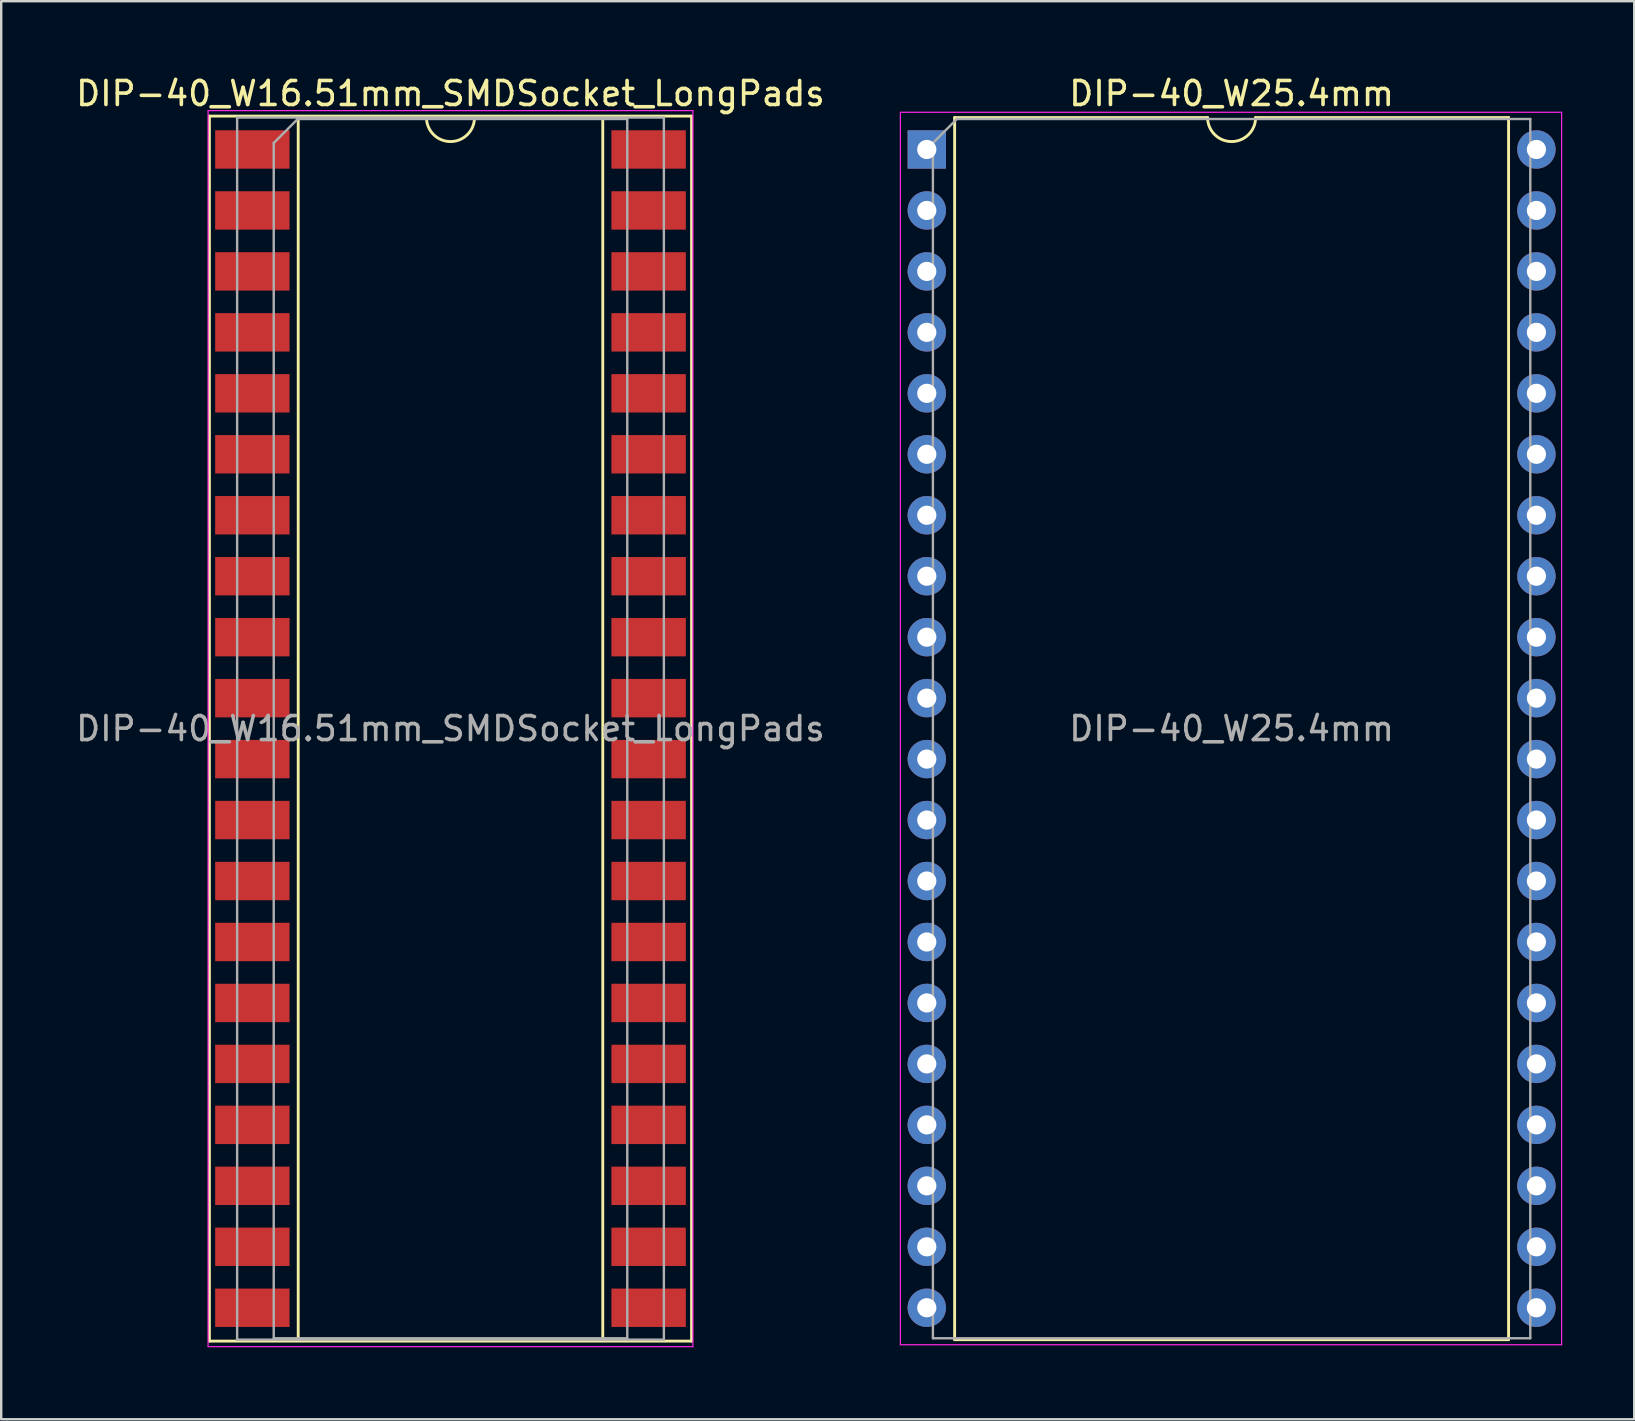
<source format=kicad_pcb>
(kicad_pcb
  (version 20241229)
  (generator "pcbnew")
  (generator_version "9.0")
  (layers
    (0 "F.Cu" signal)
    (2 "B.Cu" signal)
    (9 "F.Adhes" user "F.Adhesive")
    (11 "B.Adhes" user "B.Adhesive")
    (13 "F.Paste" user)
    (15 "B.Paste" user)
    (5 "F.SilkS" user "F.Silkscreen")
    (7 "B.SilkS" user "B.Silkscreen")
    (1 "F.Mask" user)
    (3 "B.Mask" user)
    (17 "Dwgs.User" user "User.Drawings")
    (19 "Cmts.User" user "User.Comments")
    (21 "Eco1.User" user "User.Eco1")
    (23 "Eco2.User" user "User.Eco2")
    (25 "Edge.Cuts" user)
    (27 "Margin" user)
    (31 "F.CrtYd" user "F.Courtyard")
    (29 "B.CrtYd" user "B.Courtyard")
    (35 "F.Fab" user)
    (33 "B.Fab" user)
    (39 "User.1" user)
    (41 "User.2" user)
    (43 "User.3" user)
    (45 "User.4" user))
  (footprint "DIP-40_W25.4mm"
    (layer "F.Cu")
    (at 35.565 3.178)
    (property "Reference" "DIP-40_W25.4mm" (at 12.7 -2.33 0) (layer "F.SilkS") (effects (font (size 1 1) (thickness 0.15))))
    (attr through_hole)
    (fp_line (start 1.16 -1.33) (end 1.16 49.59) (stroke (width 0.12) (type solid)) (layer "F.SilkS"))
    (fp_line (start 1.16 49.59) (end 24.24 49.59) (stroke (width 0.12) (type solid)) (layer "F.SilkS"))
    (fp_line (start 11.7 -1.33) (end 1.16 -1.33) (stroke (width 0.12) (type solid)) (layer "F.SilkS"))
    (fp_line (start 24.24 -1.33) (end 13.7 -1.33) (stroke (width 0.12) (type solid)) (layer "F.SilkS"))
    (fp_line (start 24.24 49.59) (end 24.24 -1.33) (stroke (width 0.12) (type solid)) (layer "F.SilkS"))
    (fp_arc (start 13.7 -1.33) (mid 12.7 -0.33) (end 11.7 -1.33) (stroke (width 0.12) (type solid)) (layer "F.SilkS"))
    (fp_line (start -1.1 -1.55) (end -1.1 49.8) (stroke (width 0.05) (type solid)) (layer "F.CrtYd"))
    (fp_line (start -1.1 49.8) (end 26.45 49.8) (stroke (width 0.05) (type solid)) (layer "F.CrtYd"))
    (fp_line (start 26.45 -1.55) (end -1.1 -1.55) (stroke (width 0.05) (type solid)) (layer "F.CrtYd"))
    (fp_line (start 26.45 49.8) (end 26.45 -1.55) (stroke (width 0.05) (type solid)) (layer "F.CrtYd"))
    (fp_line (start 0.255 -0.27) (end 1.255 -1.27) (stroke (width 0.1) (type solid)) (layer "F.Fab"))
    (fp_line (start 0.255 49.53) (end 0.255 -0.27) (stroke (width 0.1) (type solid)) (layer "F.Fab"))
    (fp_line (start 1.255 -1.27) (end 25.145 -1.27) (stroke (width 0.1) (type solid)) (layer "F.Fab"))
    (fp_line (start 25.145 -1.27) (end 25.145 49.53) (stroke (width 0.1) (type solid)) (layer "F.Fab"))
    (fp_line (start 25.145 49.53) (end 0.255 49.53) (stroke (width 0.1) (type solid)) (layer "F.Fab"))
    (fp_text user "${REFERENCE}" (at 12.7 24.13 0) (layer "F.Fab") (effects (font (size 1 1) (thickness 0.15))))
    (pad "1" thru_hole rect (at 0 0) (size 1.6 1.6) (drill 0.8) (layers "*.Cu" "*.Mask"))
    (pad "2" thru_hole oval (at 0 2.54) (size 1.6 1.6) (drill 0.8) (layers "*.Cu" "*.Mask"))
    (pad "3" thru_hole oval (at 0 5.08) (size 1.6 1.6) (drill 0.8) (layers "*.Cu" "*.Mask"))
    (pad "4" thru_hole oval (at 0 7.62) (size 1.6 1.6) (drill 0.8) (layers "*.Cu" "*.Mask"))
    (pad "5" thru_hole oval (at 0 10.16) (size 1.6 1.6) (drill 0.8) (layers "*.Cu" "*.Mask"))
    (pad "6" thru_hole oval (at 0 12.7) (size 1.6 1.6) (drill 0.8) (layers "*.Cu" "*.Mask"))
    (pad "7" thru_hole oval (at 0 15.24) (size 1.6 1.6) (drill 0.8) (layers "*.Cu" "*.Mask"))
    (pad "8" thru_hole oval (at 0 17.78) (size 1.6 1.6) (drill 0.8) (layers "*.Cu" "*.Mask"))
    (pad "9" thru_hole oval (at 0 20.32) (size 1.6 1.6) (drill 0.8) (layers "*.Cu" "*.Mask"))
    (pad "10" thru_hole oval (at 0 22.86) (size 1.6 1.6) (drill 0.8) (layers "*.Cu" "*.Mask"))
    (pad "11" thru_hole oval (at 0 25.4) (size 1.6 1.6) (drill 0.8) (layers "*.Cu" "*.Mask"))
    (pad "12" thru_hole oval (at 0 27.94) (size 1.6 1.6) (drill 0.8) (layers "*.Cu" "*.Mask"))
    (pad "13" thru_hole oval (at 0 30.48) (size 1.6 1.6) (drill 0.8) (layers "*.Cu" "*.Mask"))
    (pad "14" thru_hole oval (at 0 33.02) (size 1.6 1.6) (drill 0.8) (layers "*.Cu" "*.Mask"))
    (pad "15" thru_hole oval (at 0 35.56) (size 1.6 1.6) (drill 0.8) (layers "*.Cu" "*.Mask"))
    (pad "16" thru_hole oval (at 0 38.1) (size 1.6 1.6) (drill 0.8) (layers "*.Cu" "*.Mask"))
    (pad "17" thru_hole oval (at 0 40.64) (size 1.6 1.6) (drill 0.8) (layers "*.Cu" "*.Mask"))
    (pad "18" thru_hole oval (at 0 43.18) (size 1.6 1.6) (drill 0.8) (layers "*.Cu" "*.Mask"))
    (pad "19" thru_hole oval (at 0 45.72) (size 1.6 1.6) (drill 0.8) (layers "*.Cu" "*.Mask"))
    (pad "20" thru_hole oval (at 0 48.26) (size 1.6 1.6) (drill 0.8) (layers "*.Cu" "*.Mask"))
    (pad "21" thru_hole oval (at 25.4 48.26) (size 1.6 1.6) (drill 0.8) (layers "*.Cu" "*.Mask"))
    (pad "22" thru_hole oval (at 25.4 45.72) (size 1.6 1.6) (drill 0.8) (layers "*.Cu" "*.Mask"))
    (pad "23" thru_hole oval (at 25.4 43.18) (size 1.6 1.6) (drill 0.8) (layers "*.Cu" "*.Mask"))
    (pad "24" thru_hole oval (at 25.4 40.64) (size 1.6 1.6) (drill 0.8) (layers "*.Cu" "*.Mask"))
    (pad "25" thru_hole oval (at 25.4 38.1) (size 1.6 1.6) (drill 0.8) (layers "*.Cu" "*.Mask"))
    (pad "26" thru_hole oval (at 25.4 35.56) (size 1.6 1.6) (drill 0.8) (layers "*.Cu" "*.Mask"))
    (pad "27" thru_hole oval (at 25.4 33.02) (size 1.6 1.6) (drill 0.8) (layers "*.Cu" "*.Mask"))
    (pad "28" thru_hole oval (at 25.4 30.48) (size 1.6 1.6) (drill 0.8) (layers "*.Cu" "*.Mask"))
    (pad "29" thru_hole oval (at 25.4 27.94) (size 1.6 1.6) (drill 0.8) (layers "*.Cu" "*.Mask"))
    (pad "30" thru_hole oval (at 25.4 25.4) (size 1.6 1.6) (drill 0.8) (layers "*.Cu" "*.Mask"))
    (pad "31" thru_hole oval (at 25.4 22.86) (size 1.6 1.6) (drill 0.8) (layers "*.Cu" "*.Mask"))
    (pad "32" thru_hole oval (at 25.4 20.32) (size 1.6 1.6) (drill 0.8) (layers "*.Cu" "*.Mask"))
    (pad "33" thru_hole oval (at 25.4 17.78) (size 1.6 1.6) (drill 0.8) (layers "*.Cu" "*.Mask"))
    (pad "34" thru_hole oval (at 25.4 15.24) (size 1.6 1.6) (drill 0.8) (layers "*.Cu" "*.Mask"))
    (pad "35" thru_hole oval (at 25.4 12.7) (size 1.6 1.6) (drill 0.8) (layers "*.Cu" "*.Mask"))
    (pad "36" thru_hole oval (at 25.4 10.16) (size 1.6 1.6) (drill 0.8) (layers "*.Cu" "*.Mask"))
    (pad "37" thru_hole oval (at 25.4 7.62) (size 1.6 1.6) (drill 0.8) (layers "*.Cu" "*.Mask"))
    (pad "38" thru_hole oval (at 25.4 5.08) (size 1.6 1.6) (drill 0.8) (layers "*.Cu" "*.Mask"))
    (pad "39" thru_hole oval (at 25.4 2.54) (size 1.6 1.6) (drill 0.8) (layers "*.Cu" "*.Mask"))
    (pad "40" thru_hole oval (at 25.4 0) (size 1.6 1.6) (drill 0.8) (layers "*.Cu" "*.Mask")))
  (footprint "DIP-40_W16.51mm_SMDSocket_LongPads"
    (layer "F.Cu")
    (at 15.72 27.308)
    (property "Reference" "DIP-40_W16.51mm_SMDSocket_LongPads" (at 0 -26.46 0) (layer "F.SilkS") (effects (font (size 1 1) (thickness 0.15))))
    (attr smd)
    (fp_line (start -10.045 -25.52) (end -10.045 25.52) (stroke (width 0.12) (type solid)) (layer "F.SilkS"))
    (fp_line (start -10.045 25.52) (end 10.045 25.52) (stroke (width 0.12) (type solid)) (layer "F.SilkS"))
    (fp_line (start -6.345 -25.46) (end -6.345 25.46) (stroke (width 0.12) (type solid)) (layer "F.SilkS"))
    (fp_line (start -6.345 25.46) (end 6.345 25.46) (stroke (width 0.12) (type solid)) (layer "F.SilkS"))
    (fp_line (start -1 -25.46) (end -6.345 -25.46) (stroke (width 0.12) (type solid)) (layer "F.SilkS"))
    (fp_line (start 6.345 -25.46) (end 1 -25.46) (stroke (width 0.12) (type solid)) (layer "F.SilkS"))
    (fp_line (start 6.345 25.46) (end 6.345 -25.46) (stroke (width 0.12) (type solid)) (layer "F.SilkS"))
    (fp_line (start 10.045 -25.52) (end -10.045 -25.52) (stroke (width 0.12) (type solid)) (layer "F.SilkS"))
    (fp_line (start 10.045 25.52) (end 10.045 -25.52) (stroke (width 0.12) (type solid)) (layer "F.SilkS"))
    (fp_arc (start 1 -25.46) (mid 0 -24.46) (end -1 -25.46) (stroke (width 0.12) (type solid)) (layer "F.SilkS"))
    (fp_line (start -10.1 -25.75) (end -10.1 25.75) (stroke (width 0.05) (type solid)) (layer "F.CrtYd"))
    (fp_line (start -10.1 25.75) (end 10.1 25.75) (stroke (width 0.05) (type solid)) (layer "F.CrtYd"))
    (fp_line (start 10.1 -25.75) (end -10.1 -25.75) (stroke (width 0.05) (type solid)) (layer "F.CrtYd"))
    (fp_line (start 10.1 25.75) (end 10.1 -25.75) (stroke (width 0.05) (type solid)) (layer "F.CrtYd"))
    (fp_line (start -8.89 -25.46) (end -8.89 25.46) (stroke (width 0.1) (type solid)) (layer "F.Fab"))
    (fp_line (start -8.89 25.46) (end 8.89 25.46) (stroke (width 0.1) (type solid)) (layer "F.Fab"))
    (fp_line (start -7.365 -24.4) (end -6.365 -25.4) (stroke (width 0.1) (type solid)) (layer "F.Fab"))
    (fp_line (start -7.365 25.4) (end -7.365 -24.4) (stroke (width 0.1) (type solid)) (layer "F.Fab"))
    (fp_line (start -6.365 -25.4) (end 7.365 -25.4) (stroke (width 0.1) (type solid)) (layer "F.Fab"))
    (fp_line (start 7.365 -25.4) (end 7.365 25.4) (stroke (width 0.1) (type solid)) (layer "F.Fab"))
    (fp_line (start 7.365 25.4) (end -7.365 25.4) (stroke (width 0.1) (type solid)) (layer "F.Fab"))
    (fp_line (start 8.89 -25.46) (end -8.89 -25.46) (stroke (width 0.1) (type solid)) (layer "F.Fab"))
    (fp_line (start 8.89 25.46) (end 8.89 -25.46) (stroke (width 0.1) (type solid)) (layer "F.Fab"))
    (fp_text user "${REFERENCE}" (at 0 0 0) (layer "F.Fab") (effects (font (size 1 1) (thickness 0.15))))
    (pad "1" smd rect (at -8.255 -24.13) (size 3.1 1.6) (layers "F.Cu" "F.Mask" "F.Paste"))
    (pad "2" smd rect (at -8.255 -21.59) (size 3.1 1.6) (layers "F.Cu" "F.Mask" "F.Paste"))
    (pad "3" smd rect (at -8.255 -19.05) (size 3.1 1.6) (layers "F.Cu" "F.Mask" "F.Paste"))
    (pad "4" smd rect (at -8.255 -16.51) (size 3.1 1.6) (layers "F.Cu" "F.Mask" "F.Paste"))
    (pad "5" smd rect (at -8.255 -13.97) (size 3.1 1.6) (layers "F.Cu" "F.Mask" "F.Paste"))
    (pad "6" smd rect (at -8.255 -11.43) (size 3.1 1.6) (layers "F.Cu" "F.Mask" "F.Paste"))
    (pad "7" smd rect (at -8.255 -8.89) (size 3.1 1.6) (layers "F.Cu" "F.Mask" "F.Paste"))
    (pad "8" smd rect (at -8.255 -6.35) (size 3.1 1.6) (layers "F.Cu" "F.Mask" "F.Paste"))
    (pad "9" smd rect (at -8.255 -3.81) (size 3.1 1.6) (layers "F.Cu" "F.Mask" "F.Paste"))
    (pad "10" smd rect (at -8.255 -1.27) (size 3.1 1.6) (layers "F.Cu" "F.Mask" "F.Paste"))
    (pad "11" smd rect (at -8.255 1.27) (size 3.1 1.6) (layers "F.Cu" "F.Mask" "F.Paste"))
    (pad "12" smd rect (at -8.255 3.81) (size 3.1 1.6) (layers "F.Cu" "F.Mask" "F.Paste"))
    (pad "13" smd rect (at -8.255 6.35) (size 3.1 1.6) (layers "F.Cu" "F.Mask" "F.Paste"))
    (pad "14" smd rect (at -8.255 8.89) (size 3.1 1.6) (layers "F.Cu" "F.Mask" "F.Paste"))
    (pad "15" smd rect (at -8.255 11.43) (size 3.1 1.6) (layers "F.Cu" "F.Mask" "F.Paste"))
    (pad "16" smd rect (at -8.255 13.97) (size 3.1 1.6) (layers "F.Cu" "F.Mask" "F.Paste"))
    (pad "17" smd rect (at -8.255 16.51) (size 3.1 1.6) (layers "F.Cu" "F.Mask" "F.Paste"))
    (pad "18" smd rect (at -8.255 19.05) (size 3.1 1.6) (layers "F.Cu" "F.Mask" "F.Paste"))
    (pad "19" smd rect (at -8.255 21.59) (size 3.1 1.6) (layers "F.Cu" "F.Mask" "F.Paste"))
    (pad "20" smd rect (at -8.255 24.13) (size 3.1 1.6) (layers "F.Cu" "F.Mask" "F.Paste"))
    (pad "21" smd rect (at 8.255 24.13) (size 3.1 1.6) (layers "F.Cu" "F.Mask" "F.Paste"))
    (pad "22" smd rect (at 8.255 21.59) (size 3.1 1.6) (layers "F.Cu" "F.Mask" "F.Paste"))
    (pad "23" smd rect (at 8.255 19.05) (size 3.1 1.6) (layers "F.Cu" "F.Mask" "F.Paste"))
    (pad "24" smd rect (at 8.255 16.51) (size 3.1 1.6) (layers "F.Cu" "F.Mask" "F.Paste"))
    (pad "25" smd rect (at 8.255 13.97) (size 3.1 1.6) (layers "F.Cu" "F.Mask" "F.Paste"))
    (pad "26" smd rect (at 8.255 11.43) (size 3.1 1.6) (layers "F.Cu" "F.Mask" "F.Paste"))
    (pad "27" smd rect (at 8.255 8.89) (size 3.1 1.6) (layers "F.Cu" "F.Mask" "F.Paste"))
    (pad "28" smd rect (at 8.255 6.35) (size 3.1 1.6) (layers "F.Cu" "F.Mask" "F.Paste"))
    (pad "29" smd rect (at 8.255 3.81) (size 3.1 1.6) (layers "F.Cu" "F.Mask" "F.Paste"))
    (pad "30" smd rect (at 8.255 1.27) (size 3.1 1.6) (layers "F.Cu" "F.Mask" "F.Paste"))
    (pad "31" smd rect (at 8.255 -1.27) (size 3.1 1.6) (layers "F.Cu" "F.Mask" "F.Paste"))
    (pad "32" smd rect (at 8.255 -3.81) (size 3.1 1.6) (layers "F.Cu" "F.Mask" "F.Paste"))
    (pad "33" smd rect (at 8.255 -6.35) (size 3.1 1.6) (layers "F.Cu" "F.Mask" "F.Paste"))
    (pad "34" smd rect (at 8.255 -8.89) (size 3.1 1.6) (layers "F.Cu" "F.Mask" "F.Paste"))
    (pad "35" smd rect (at 8.255 -11.43) (size 3.1 1.6) (layers "F.Cu" "F.Mask" "F.Paste"))
    (pad "36" smd rect (at 8.255 -13.97) (size 3.1 1.6) (layers "F.Cu" "F.Mask" "F.Paste"))
    (pad "37" smd rect (at 8.255 -16.51) (size 3.1 1.6) (layers "F.Cu" "F.Mask" "F.Paste"))
    (pad "38" smd rect (at 8.255 -19.05) (size 3.1 1.6) (layers "F.Cu" "F.Mask" "F.Paste"))
    (pad "39" smd rect (at 8.255 -21.59) (size 3.1 1.6) (layers "F.Cu" "F.Mask" "F.Paste"))
    (pad "40" smd rect (at 8.255 -24.13) (size 3.1 1.6) (layers "F.Cu" "F.Mask" "F.Paste")))
  (gr_rect
    (start -3 -3)
    (end 65.04 56.083)
    (stroke (width 0.1) (type default))
    (fill no)
    (layer "Edge.Cuts")))
</source>
